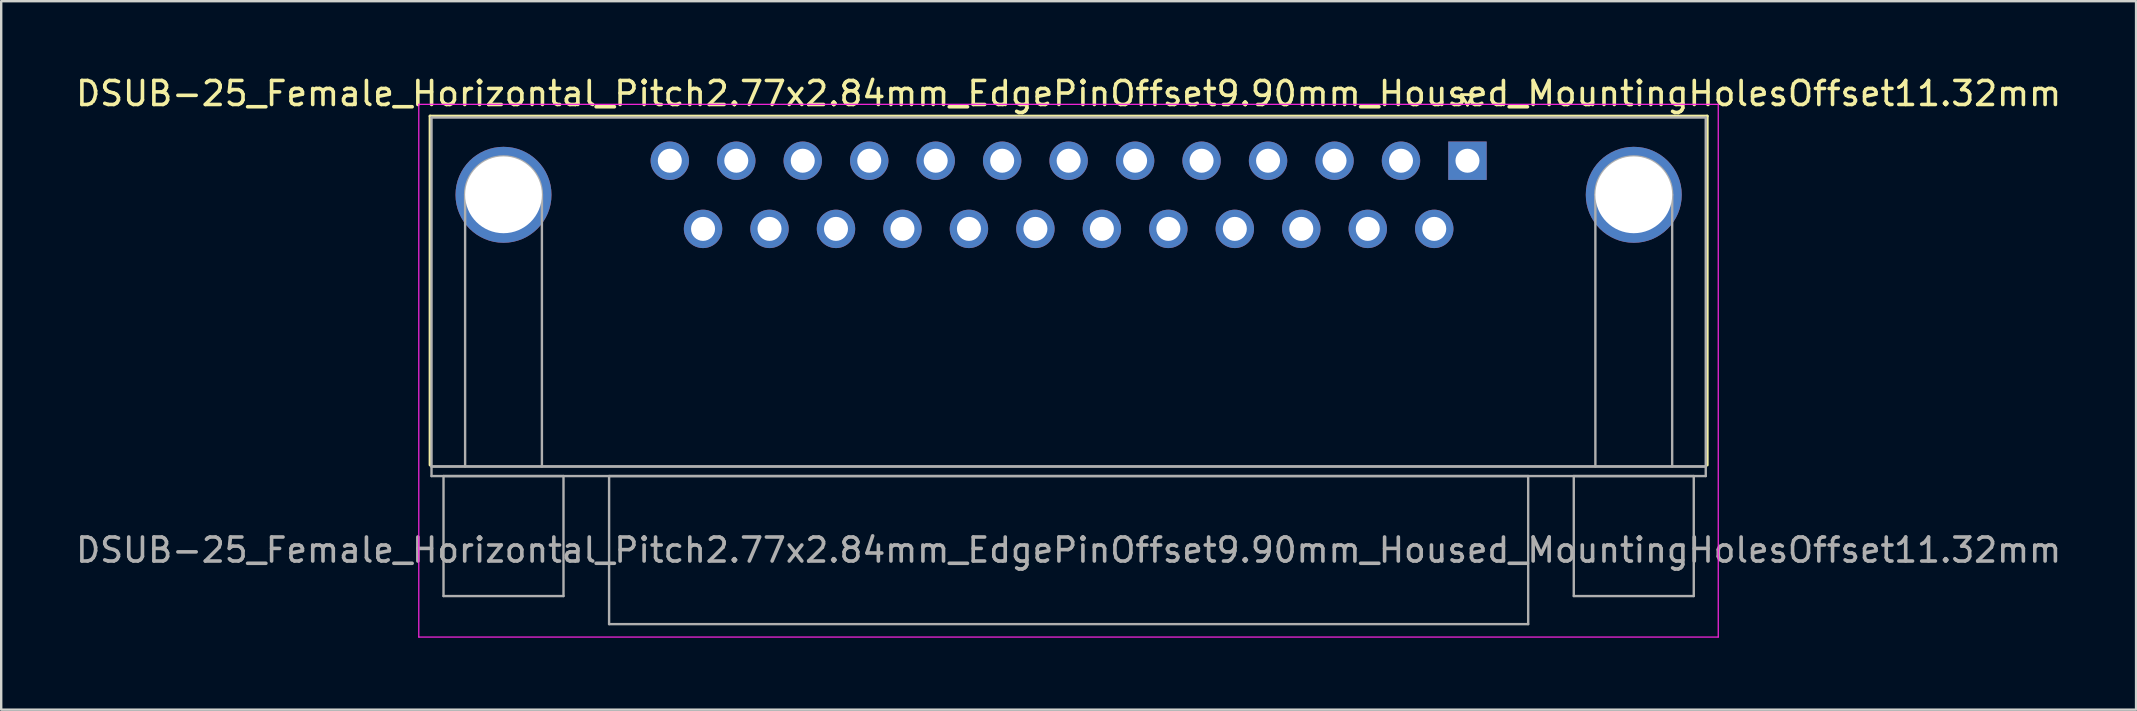
<source format=kicad_pcb>
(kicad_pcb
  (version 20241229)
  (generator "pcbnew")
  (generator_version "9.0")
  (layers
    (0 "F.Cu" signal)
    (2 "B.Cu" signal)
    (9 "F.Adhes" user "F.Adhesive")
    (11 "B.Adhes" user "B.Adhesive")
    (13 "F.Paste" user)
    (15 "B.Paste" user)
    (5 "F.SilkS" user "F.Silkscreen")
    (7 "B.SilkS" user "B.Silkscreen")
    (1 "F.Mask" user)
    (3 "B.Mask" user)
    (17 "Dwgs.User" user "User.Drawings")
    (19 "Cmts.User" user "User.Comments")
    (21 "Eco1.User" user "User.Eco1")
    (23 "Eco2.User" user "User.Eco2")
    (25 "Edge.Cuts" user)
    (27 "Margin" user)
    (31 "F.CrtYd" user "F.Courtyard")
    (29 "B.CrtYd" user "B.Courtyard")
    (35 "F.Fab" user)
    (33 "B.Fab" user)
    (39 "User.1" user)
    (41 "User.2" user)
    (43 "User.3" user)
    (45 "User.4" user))
  (footprint "DSUB-25_Female_Horizontal_Pitch2.77x2.84mm_EdgePinOffset9.90mm_Housed_MountingHolesOffset11.32mm"
    (layer "F.Cu")
    (at 58.102 3.648)
    (property "Reference" "DSUB-25_Female_Horizontal_Pitch2.77x2.84mm_EdgePinOffset9.90mm_Housed_MountingHolesOffset11.32mm" (at -16.62 -2.8 0) (layer "F.SilkS") (effects (font (size 1 1) (thickness 0.15))))
    (attr through_hole)
    (fp_line (start -43.23 -1.86) (end 9.99 -1.86) (stroke (width 0.12) (type solid)) (layer "F.SilkS"))
    (fp_line (start -43.23 12.68) (end -43.23 -1.86) (stroke (width 0.12) (type solid)) (layer "F.SilkS"))
    (fp_line (start -0.25 -2.754) (end 0.25 -2.754) (stroke (width 0.12) (type solid)) (layer "F.SilkS"))
    (fp_line (start 0 -2.321) (end -0.25 -2.754) (stroke (width 0.12) (type solid)) (layer "F.SilkS"))
    (fp_line (start 0.25 -2.754) (end 0 -2.321) (stroke (width 0.12) (type solid)) (layer "F.SilkS"))
    (fp_line (start 9.99 -1.86) (end 9.99 12.68) (stroke (width 0.12) (type solid)) (layer "F.SilkS"))
    (fp_line (start -43.7 -2.35) (end -43.7 19.85) (stroke (width 0.05) (type solid)) (layer "F.CrtYd"))
    (fp_line (start -43.7 19.85) (end 10.45 19.85) (stroke (width 0.05) (type solid)) (layer "F.CrtYd"))
    (fp_line (start 10.45 -2.35) (end -43.7 -2.35) (stroke (width 0.05) (type solid)) (layer "F.CrtYd"))
    (fp_line (start 10.45 19.85) (end 10.45 -2.35) (stroke (width 0.05) (type solid)) (layer "F.CrtYd"))
    (fp_line (start -43.17 -1.8) (end -43.17 12.74) (stroke (width 0.1) (type solid)) (layer "F.Fab"))
    (fp_line (start -43.17 12.74) (end -43.17 13.14) (stroke (width 0.1) (type solid)) (layer "F.Fab"))
    (fp_line (start -43.17 12.74) (end 9.93 12.74) (stroke (width 0.1) (type solid)) (layer "F.Fab"))
    (fp_line (start -43.17 13.14) (end 9.93 13.14) (stroke (width 0.1) (type solid)) (layer "F.Fab"))
    (fp_line (start -42.67 13.14) (end -42.67 18.14) (stroke (width 0.1) (type solid)) (layer "F.Fab"))
    (fp_line (start -42.67 18.14) (end -37.67 18.14) (stroke (width 0.1) (type solid)) (layer "F.Fab"))
    (fp_line (start -41.77 12.74) (end -41.77 1.42) (stroke (width 0.1) (type solid)) (layer "F.Fab"))
    (fp_line (start -38.57 12.74) (end -38.57 1.42) (stroke (width 0.1) (type solid)) (layer "F.Fab"))
    (fp_line (start -37.67 13.14) (end -42.67 13.14) (stroke (width 0.1) (type solid)) (layer "F.Fab"))
    (fp_line (start -37.67 18.14) (end -37.67 13.14) (stroke (width 0.1) (type solid)) (layer "F.Fab"))
    (fp_line (start -35.77 13.14) (end -35.77 19.31) (stroke (width 0.1) (type solid)) (layer "F.Fab"))
    (fp_line (start -35.77 19.31) (end 2.53 19.31) (stroke (width 0.1) (type solid)) (layer "F.Fab"))
    (fp_line (start 2.53 13.14) (end -35.77 13.14) (stroke (width 0.1) (type solid)) (layer "F.Fab"))
    (fp_line (start 2.53 19.31) (end 2.53 13.14) (stroke (width 0.1) (type solid)) (layer "F.Fab"))
    (fp_line (start 4.43 13.14) (end 4.43 18.14) (stroke (width 0.1) (type solid)) (layer "F.Fab"))
    (fp_line (start 4.43 18.14) (end 9.43 18.14) (stroke (width 0.1) (type solid)) (layer "F.Fab"))
    (fp_line (start 5.33 12.74) (end 5.33 1.42) (stroke (width 0.1) (type solid)) (layer "F.Fab"))
    (fp_line (start 8.53 12.74) (end 8.53 1.42) (stroke (width 0.1) (type solid)) (layer "F.Fab"))
    (fp_line (start 9.43 13.14) (end 4.43 13.14) (stroke (width 0.1) (type solid)) (layer "F.Fab"))
    (fp_line (start 9.43 18.14) (end 9.43 13.14) (stroke (width 0.1) (type solid)) (layer "F.Fab"))
    (fp_line (start 9.93 -1.8) (end -43.17 -1.8) (stroke (width 0.1) (type solid)) (layer "F.Fab"))
    (fp_line (start 9.93 12.74) (end -43.17 12.74) (stroke (width 0.1) (type solid)) (layer "F.Fab"))
    (fp_line (start 9.93 12.74) (end 9.93 -1.8) (stroke (width 0.1) (type solid)) (layer "F.Fab"))
    (fp_line (start 9.93 13.14) (end 9.93 12.74) (stroke (width 0.1) (type solid)) (layer "F.Fab"))
    (fp_arc (start -41.77 1.42) (mid -40.17 -0.18) (end -38.57 1.42) (stroke (width 0.1) (type solid)) (layer "F.Fab"))
    (fp_arc (start 5.33 1.42) (mid 6.93 -0.18) (end 8.53 1.42) (stroke (width 0.1) (type solid)) (layer "F.Fab"))
    (fp_text user "${REFERENCE}" (at -16.62 16.225 0) (layer "F.Fab") (effects (font (size 1 1) (thickness 0.15))))
    (pad "0" thru_hole circle (at -40.17 1.42) (size 4 4) (drill 3.2) (layers "*.Cu" "*.Mask"))
    (pad "0" thru_hole circle (at 6.93 1.42) (size 4 4) (drill 3.2) (layers "*.Cu" "*.Mask"))
    (pad "1" thru_hole rect (at 0 0) (size 1.6 1.6) (drill 1) (layers "*.Cu" "*.Mask"))
    (pad "2" thru_hole circle (at -2.77 0) (size 1.6 1.6) (drill 1) (layers "*.Cu" "*.Mask"))
    (pad "3" thru_hole circle (at -5.54 0) (size 1.6 1.6) (drill 1) (layers "*.Cu" "*.Mask"))
    (pad "4" thru_hole circle (at -8.31 0) (size 1.6 1.6) (drill 1) (layers "*.Cu" "*.Mask"))
    (pad "5" thru_hole circle (at -11.08 0) (size 1.6 1.6) (drill 1) (layers "*.Cu" "*.Mask"))
    (pad "6" thru_hole circle (at -13.85 0) (size 1.6 1.6) (drill 1) (layers "*.Cu" "*.Mask"))
    (pad "7" thru_hole circle (at -16.62 0) (size 1.6 1.6) (drill 1) (layers "*.Cu" "*.Mask"))
    (pad "8" thru_hole circle (at -19.39 0) (size 1.6 1.6) (drill 1) (layers "*.Cu" "*.Mask"))
    (pad "9" thru_hole circle (at -22.16 0) (size 1.6 1.6) (drill 1) (layers "*.Cu" "*.Mask"))
    (pad "10" thru_hole circle (at -24.93 0) (size 1.6 1.6) (drill 1) (layers "*.Cu" "*.Mask"))
    (pad "11" thru_hole circle (at -27.7 0) (size 1.6 1.6) (drill 1) (layers "*.Cu" "*.Mask"))
    (pad "12" thru_hole circle (at -30.47 0) (size 1.6 1.6) (drill 1) (layers "*.Cu" "*.Mask"))
    (pad "13" thru_hole circle (at -33.24 0) (size 1.6 1.6) (drill 1) (layers "*.Cu" "*.Mask"))
    (pad "14" thru_hole circle (at -1.385 2.84) (size 1.6 1.6) (drill 1) (layers "*.Cu" "*.Mask"))
    (pad "15" thru_hole circle (at -4.155 2.84) (size 1.6 1.6) (drill 1) (layers "*.Cu" "*.Mask"))
    (pad "16" thru_hole circle (at -6.925 2.84) (size 1.6 1.6) (drill 1) (layers "*.Cu" "*.Mask"))
    (pad "17" thru_hole circle (at -9.695 2.84) (size 1.6 1.6) (drill 1) (layers "*.Cu" "*.Mask"))
    (pad "18" thru_hole circle (at -12.465 2.84) (size 1.6 1.6) (drill 1) (layers "*.Cu" "*.Mask"))
    (pad "19" thru_hole circle (at -15.235 2.84) (size 1.6 1.6) (drill 1) (layers "*.Cu" "*.Mask"))
    (pad "20" thru_hole circle (at -18.005 2.84) (size 1.6 1.6) (drill 1) (layers "*.Cu" "*.Mask"))
    (pad "21" thru_hole circle (at -20.775 2.84) (size 1.6 1.6) (drill 1) (layers "*.Cu" "*.Mask"))
    (pad "22" thru_hole circle (at -23.545 2.84) (size 1.6 1.6) (drill 1) (layers "*.Cu" "*.Mask"))
    (pad "23" thru_hole circle (at -26.315 2.84) (size 1.6 1.6) (drill 1) (layers "*.Cu" "*.Mask"))
    (pad "24" thru_hole circle (at -29.085 2.84) (size 1.6 1.6) (drill 1) (layers "*.Cu" "*.Mask"))
    (pad "25" thru_hole circle (at -31.855 2.84) (size 1.6 1.6) (drill 1) (layers "*.Cu" "*.Mask")))
  (gr_rect
    (start -3 -3)
    (end 85.964 26.523)
    (stroke (width 0.1) (type default))
    (fill no)
    (layer "Edge.Cuts")))
</source>
